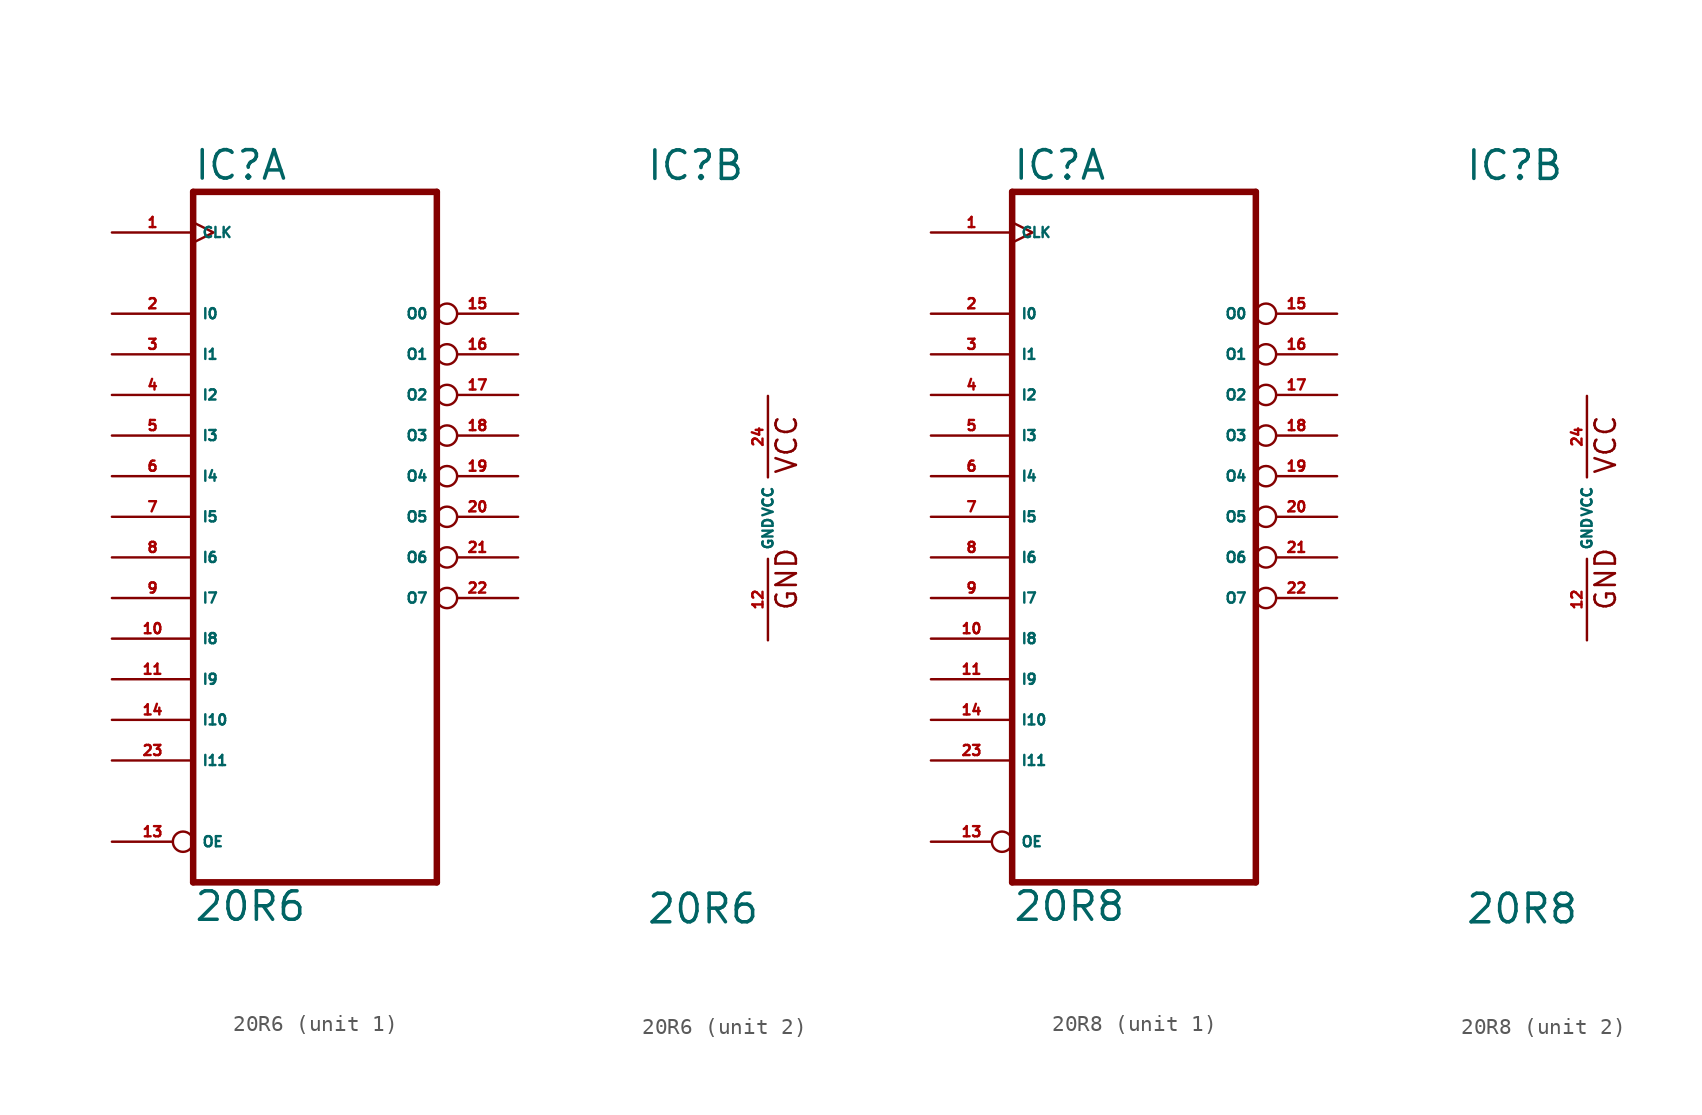
<source format=kicad_sym>
(kicad_symbol_lib
  (version 20220914)
  (generator Eagle2Kicad)
  (symbol "20R6"
    (property "Reference" "IC"
      (at -7.62 20.955 0)
      (effects (font (size 1.778 1.778) (thickness 0.22)) (justify left bottom)))
    (property "Value" "20R6"
      (at -7.62 -25.4 0)
      (effects (font (size 1.778 1.778) (thickness 0.22)) (justify left bottom)))
    (symbol "20R6_1_0"
      (polyline (pts (xy -7.62 20.32) (xy 7.62 20.32)) (stroke (width 0.406) (type default)) (fill (type none)))
      (polyline (pts (xy 7.62 -22.86) (xy 7.62 20.32)) (stroke (width 0.406) (type default)) (fill (type none)))
      (polyline (pts (xy 7.62 -22.86) (xy -7.62 -22.86)) (stroke (width 0.406) (type default)) (fill (type none)))
      (polyline (pts (xy -7.62 20.32) (xy -7.62 -22.86)) (stroke (width 0.406) (type default)) (fill (type none)))
      (pin input line (at -12.7 12.7 0) (length 5.08) (name "I0" (effects (font (size 0.635 0.635) (thickness 0.08)) (justify left bottom))) (number "2" (effects (font (size 0.635 0.635) (thickness 0.08)) (justify left bottom))))
      (pin input line (at -12.7 10.16 0) (length 5.08) (name "I1" (effects (font (size 0.635 0.635) (thickness 0.08)) (justify left bottom))) (number "3" (effects (font (size 0.635 0.635) (thickness 0.08)) (justify left bottom))))
      (pin input line (at -12.7 7.62 0) (length 5.08) (name "I2" (effects (font (size 0.635 0.635) (thickness 0.08)) (justify left bottom))) (number "4" (effects (font (size 0.635 0.635) (thickness 0.08)) (justify left bottom))))
      (pin input line (at -12.7 5.08 0) (length 5.08) (name "I3" (effects (font (size 0.635 0.635) (thickness 0.08)) (justify left bottom))) (number "5" (effects (font (size 0.635 0.635) (thickness 0.08)) (justify left bottom))))
      (pin input line (at -12.7 2.54 0) (length 5.08) (name "I4" (effects (font (size 0.635 0.635) (thickness 0.08)) (justify left bottom))) (number "6" (effects (font (size 0.635 0.635) (thickness 0.08)) (justify left bottom))))
      (pin input line (at -12.7 0 0) (length 5.08) (name "I5" (effects (font (size 0.635 0.635) (thickness 0.08)) (justify left bottom))) (number "7" (effects (font (size 0.635 0.635) (thickness 0.08)) (justify left bottom))))
      (pin input line (at -12.7 -2.54 0) (length 5.08) (name "I6" (effects (font (size 0.635 0.635) (thickness 0.08)) (justify left bottom))) (number "8" (effects (font (size 0.635 0.635) (thickness 0.08)) (justify left bottom))))
      (pin input line (at -12.7 -5.08 0) (length 5.08) (name "I7" (effects (font (size 0.635 0.635) (thickness 0.08)) (justify left bottom))) (number "9" (effects (font (size 0.635 0.635) (thickness 0.08)) (justify left bottom))))
      (pin input line (at -12.7 -7.62 0) (length 5.08) (name "I8" (effects (font (size 0.635 0.635) (thickness 0.08)) (justify left bottom))) (number "10" (effects (font (size 0.635 0.635) (thickness 0.08)) (justify left bottom))))
      (pin bidirectional inverted (at 12.7 12.7 180) (length 5.08) (name "O0" (effects (font (size 0.635 0.635) (thickness 0.08)) (justify left bottom))) (number "15" (effects (font (size 0.635 0.635) (thickness 0.08)) (justify left bottom))))
      (pin output inverted (at 12.7 10.16 180) (length 5.08) (name "O1" (effects (font (size 0.635 0.635) (thickness 0.08)) (justify left bottom))) (number "16" (effects (font (size 0.635 0.635) (thickness 0.08)) (justify left bottom))))
      (pin output inverted (at 12.7 7.62 180) (length 5.08) (name "O2" (effects (font (size 0.635 0.635) (thickness 0.08)) (justify left bottom))) (number "17" (effects (font (size 0.635 0.635) (thickness 0.08)) (justify left bottom))))
      (pin output inverted (at 12.7 5.08 180) (length 5.08) (name "O3" (effects (font (size 0.635 0.635) (thickness 0.08)) (justify left bottom))) (number "18" (effects (font (size 0.635 0.635) (thickness 0.08)) (justify left bottom))))
      (pin output inverted (at 12.7 2.54 180) (length 5.08) (name "O4" (effects (font (size 0.635 0.635) (thickness 0.08)) (justify left bottom))) (number "19" (effects (font (size 0.635 0.635) (thickness 0.08)) (justify left bottom))))
      (pin output inverted (at 12.7 0 180) (length 5.08) (name "O5" (effects (font (size 0.635 0.635) (thickness 0.08)) (justify left bottom))) (number "20" (effects (font (size 0.635 0.635) (thickness 0.08)) (justify left bottom))))
      (pin output inverted (at 12.7 -2.54 180) (length 5.08) (name "O6" (effects (font (size 0.635 0.635) (thickness 0.08)) (justify left bottom))) (number "21" (effects (font (size 0.635 0.635) (thickness 0.08)) (justify left bottom))))
      (pin input clock (at -12.7 17.78 0) (length 5.08) (name "CLK" (effects (font (size 0.635 0.635) (thickness 0.08)) (justify left bottom))) (number "1" (effects (font (size 0.635 0.635) (thickness 0.08)) (justify left bottom))))
      (pin input line (at -12.7 -10.16 0) (length 5.08) (name "I9" (effects (font (size 0.635 0.635) (thickness 0.08)) (justify left bottom))) (number "11" (effects (font (size 0.635 0.635) (thickness 0.08)) (justify left bottom))))
      (pin input line (at -12.7 -12.7 0) (length 5.08) (name "I10" (effects (font (size 0.635 0.635) (thickness 0.08)) (justify left bottom))) (number "14" (effects (font (size 0.635 0.635) (thickness 0.08)) (justify left bottom))))
      (pin input line (at -12.7 -15.24 0) (length 5.08) (name "I11" (effects (font (size 0.635 0.635) (thickness 0.08)) (justify left bottom))) (number "23" (effects (font (size 0.635 0.635) (thickness 0.08)) (justify left bottom))))
      (pin input inverted (at -12.7 -20.32 0) (length 5.08) (name "OE" (effects (font (size 0.635 0.635) (thickness 0.08)) (justify left bottom))) (number "13" (effects (font (size 0.635 0.635) (thickness 0.08)) (justify left bottom))))
      (pin bidirectional inverted (at 12.7 -5.08 180) (length 5.08) (name "O7" (effects (font (size 0.635 0.635) (thickness 0.08)) (justify left bottom))) (number "22" (effects (font (size 0.635 0.635) (thickness 0.08)) (justify left bottom)))))
    (symbol "20R6_2_0"
      (text "GND" (at 1.905 -5.842 900) (effects (font (size 1.27 1.27) (thickness 0.16)) (justify left bottom)))
      (text "VCC" (at 1.905 2.667 900) (effects (font (size 1.27 1.27) (thickness 0.16)) (justify left bottom)))
      (pin unspecified line (at 0 -7.62 90) (length 5.08) (name "GND" (effects (font (size 0.635 0.635) (thickness 0.08)) (justify left bottom))) (number "12" (effects (font (size 0.635 0.635) (thickness 0.08)) (justify left bottom))))
      (pin unspecified line (at 0 7.62 270) (length 5.08) (name "VCC" (effects (font (size 0.635 0.635) (thickness 0.08)) (justify left bottom))) (number "24" (effects (font (size 0.635 0.635) (thickness 0.08)) (justify left bottom))))))
  (symbol "20R8"
    (property "Reference" "IC"
      (at -7.62 20.955 0)
      (effects (font (size 1.778 1.778) (thickness 0.22)) (justify left bottom)))
    (property "Value" "20R8"
      (at -7.62 -25.4 0)
      (effects (font (size 1.778 1.778) (thickness 0.22)) (justify left bottom)))
    (symbol "20R8_1_0"
      (polyline (pts (xy -7.62 20.32) (xy 7.62 20.32)) (stroke (width 0.406) (type default)) (fill (type none)))
      (polyline (pts (xy 7.62 -22.86) (xy 7.62 20.32)) (stroke (width 0.406) (type default)) (fill (type none)))
      (polyline (pts (xy 7.62 -22.86) (xy -7.62 -22.86)) (stroke (width 0.406) (type default)) (fill (type none)))
      (polyline (pts (xy -7.62 20.32) (xy -7.62 -22.86)) (stroke (width 0.406) (type default)) (fill (type none)))
      (pin input line (at -12.7 12.7 0) (length 5.08) (name "I0" (effects (font (size 0.635 0.635) (thickness 0.08)) (justify left bottom))) (number "2" (effects (font (size 0.635 0.635) (thickness 0.08)) (justify left bottom))))
      (pin input line (at -12.7 10.16 0) (length 5.08) (name "I1" (effects (font (size 0.635 0.635) (thickness 0.08)) (justify left bottom))) (number "3" (effects (font (size 0.635 0.635) (thickness 0.08)) (justify left bottom))))
      (pin input line (at -12.7 7.62 0) (length 5.08) (name "I2" (effects (font (size 0.635 0.635) (thickness 0.08)) (justify left bottom))) (number "4" (effects (font (size 0.635 0.635) (thickness 0.08)) (justify left bottom))))
      (pin input line (at -12.7 5.08 0) (length 5.08) (name "I3" (effects (font (size 0.635 0.635) (thickness 0.08)) (justify left bottom))) (number "5" (effects (font (size 0.635 0.635) (thickness 0.08)) (justify left bottom))))
      (pin input line (at -12.7 2.54 0) (length 5.08) (name "I4" (effects (font (size 0.635 0.635) (thickness 0.08)) (justify left bottom))) (number "6" (effects (font (size 0.635 0.635) (thickness 0.08)) (justify left bottom))))
      (pin input line (at -12.7 0 0) (length 5.08) (name "I5" (effects (font (size 0.635 0.635) (thickness 0.08)) (justify left bottom))) (number "7" (effects (font (size 0.635 0.635) (thickness 0.08)) (justify left bottom))))
      (pin input line (at -12.7 -2.54 0) (length 5.08) (name "I6" (effects (font (size 0.635 0.635) (thickness 0.08)) (justify left bottom))) (number "8" (effects (font (size 0.635 0.635) (thickness 0.08)) (justify left bottom))))
      (pin input line (at -12.7 -5.08 0) (length 5.08) (name "I7" (effects (font (size 0.635 0.635) (thickness 0.08)) (justify left bottom))) (number "9" (effects (font (size 0.635 0.635) (thickness 0.08)) (justify left bottom))))
      (pin input line (at -12.7 -7.62 0) (length 5.08) (name "I8" (effects (font (size 0.635 0.635) (thickness 0.08)) (justify left bottom))) (number "10" (effects (font (size 0.635 0.635) (thickness 0.08)) (justify left bottom))))
      (pin output inverted (at 12.7 12.7 180) (length 5.08) (name "O0" (effects (font (size 0.635 0.635) (thickness 0.08)) (justify left bottom))) (number "15" (effects (font (size 0.635 0.635) (thickness 0.08)) (justify left bottom))))
      (pin output inverted (at 12.7 10.16 180) (length 5.08) (name "O1" (effects (font (size 0.635 0.635) (thickness 0.08)) (justify left bottom))) (number "16" (effects (font (size 0.635 0.635) (thickness 0.08)) (justify left bottom))))
      (pin output inverted (at 12.7 7.62 180) (length 5.08) (name "O2" (effects (font (size 0.635 0.635) (thickness 0.08)) (justify left bottom))) (number "17" (effects (font (size 0.635 0.635) (thickness 0.08)) (justify left bottom))))
      (pin output inverted (at 12.7 5.08 180) (length 5.08) (name "O3" (effects (font (size 0.635 0.635) (thickness 0.08)) (justify left bottom))) (number "18" (effects (font (size 0.635 0.635) (thickness 0.08)) (justify left bottom))))
      (pin output inverted (at 12.7 2.54 180) (length 5.08) (name "O4" (effects (font (size 0.635 0.635) (thickness 0.08)) (justify left bottom))) (number "19" (effects (font (size 0.635 0.635) (thickness 0.08)) (justify left bottom))))
      (pin output inverted (at 12.7 0 180) (length 5.08) (name "O5" (effects (font (size 0.635 0.635) (thickness 0.08)) (justify left bottom))) (number "20" (effects (font (size 0.635 0.635) (thickness 0.08)) (justify left bottom))))
      (pin output inverted (at 12.7 -2.54 180) (length 5.08) (name "O6" (effects (font (size 0.635 0.635) (thickness 0.08)) (justify left bottom))) (number "21" (effects (font (size 0.635 0.635) (thickness 0.08)) (justify left bottom))))
      (pin input clock (at -12.7 17.78 0) (length 5.08) (name "CLK" (effects (font (size 0.635 0.635) (thickness 0.08)) (justify left bottom))) (number "1" (effects (font (size 0.635 0.635) (thickness 0.08)) (justify left bottom))))
      (pin input line (at -12.7 -10.16 0) (length 5.08) (name "I9" (effects (font (size 0.635 0.635) (thickness 0.08)) (justify left bottom))) (number "11" (effects (font (size 0.635 0.635) (thickness 0.08)) (justify left bottom))))
      (pin input line (at -12.7 -12.7 0) (length 5.08) (name "I10" (effects (font (size 0.635 0.635) (thickness 0.08)) (justify left bottom))) (number "14" (effects (font (size 0.635 0.635) (thickness 0.08)) (justify left bottom))))
      (pin input line (at -12.7 -15.24 0) (length 5.08) (name "I11" (effects (font (size 0.635 0.635) (thickness 0.08)) (justify left bottom))) (number "23" (effects (font (size 0.635 0.635) (thickness 0.08)) (justify left bottom))))
      (pin input inverted (at -12.7 -20.32 0) (length 5.08) (name "OE" (effects (font (size 0.635 0.635) (thickness 0.08)) (justify left bottom))) (number "13" (effects (font (size 0.635 0.635) (thickness 0.08)) (justify left bottom))))
      (pin output inverted (at 12.7 -5.08 180) (length 5.08) (name "O7" (effects (font (size 0.635 0.635) (thickness 0.08)) (justify left bottom))) (number "22" (effects (font (size 0.635 0.635) (thickness 0.08)) (justify left bottom)))))
    (symbol "20R8_2_0"
      (text "GND" (at 1.905 -5.842 900) (effects (font (size 1.27 1.27) (thickness 0.16)) (justify left bottom)))
      (text "VCC" (at 1.905 2.667 900) (effects (font (size 1.27 1.27) (thickness 0.16)) (justify left bottom)))
      (pin unspecified line (at 0 -7.62 90) (length 5.08) (name "GND" (effects (font (size 0.635 0.635) (thickness 0.08)) (justify left bottom))) (number "12" (effects (font (size 0.635 0.635) (thickness 0.08)) (justify left bottom))))
      (pin unspecified line (at 0 7.62 270) (length 5.08) (name "VCC" (effects (font (size 0.635 0.635) (thickness 0.08)) (justify left bottom))) (number "24" (effects (font (size 0.635 0.635) (thickness 0.08)) (justify left bottom)))))))
</source>
